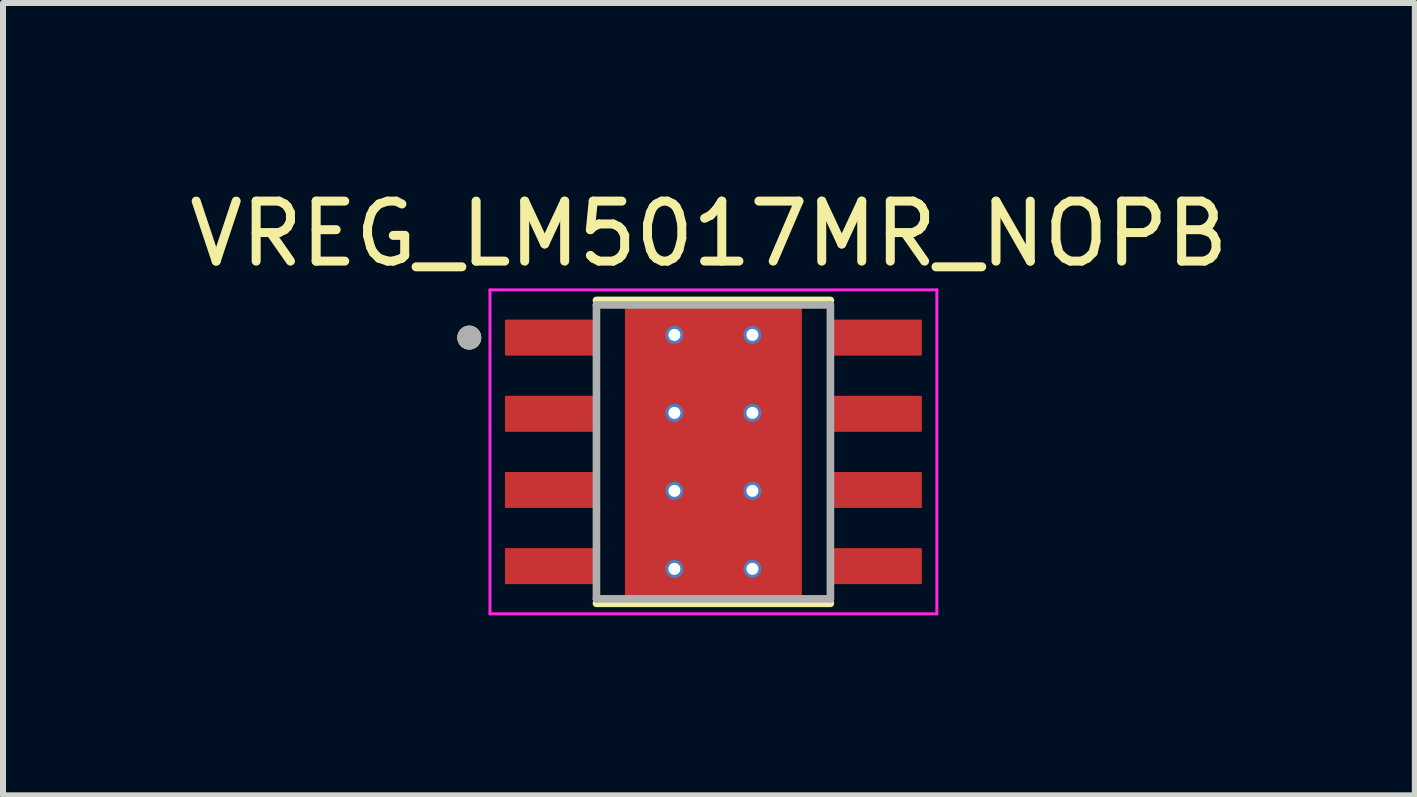
<source format=kicad_pcb>
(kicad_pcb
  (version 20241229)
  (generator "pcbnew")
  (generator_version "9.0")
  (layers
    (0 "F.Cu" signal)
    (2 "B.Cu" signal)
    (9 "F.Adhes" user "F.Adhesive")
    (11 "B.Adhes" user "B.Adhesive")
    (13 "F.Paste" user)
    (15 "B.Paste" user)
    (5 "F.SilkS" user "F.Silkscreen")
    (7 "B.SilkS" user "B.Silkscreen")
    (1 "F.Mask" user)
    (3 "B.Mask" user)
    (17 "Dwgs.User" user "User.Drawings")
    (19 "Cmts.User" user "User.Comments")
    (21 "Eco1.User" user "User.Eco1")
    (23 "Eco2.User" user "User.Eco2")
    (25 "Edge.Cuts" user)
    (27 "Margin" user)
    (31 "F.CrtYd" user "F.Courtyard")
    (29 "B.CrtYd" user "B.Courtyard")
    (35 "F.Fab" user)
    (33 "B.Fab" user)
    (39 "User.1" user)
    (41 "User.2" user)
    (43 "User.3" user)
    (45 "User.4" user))
  (footprint "VREG_LM5017MR_NOPB"
    (layer "F.Cu")
    (at 8.843 4.483)
    (property "Reference" "VREG_LM5017MR_NOPB" (at -0.075 -3.635 0) (layer "F.SilkS") (effects (font (size 1 1) (thickness 0.15))))
    (attr smd)
    (fp_poly (pts (xy -1.355 -1.7) (xy 1.355 -1.7) (xy 1.355 1.7) (xy -1.355 1.7)) (stroke (width 0.01) (type solid)) (fill yes) (layer "F.Mask"))
    (fp_poly (pts (xy -1.905 -1.535) (xy -3.495 -1.535) (xy -3.498 -1.535) (xy -3.5 -1.535) (xy -3.503 -1.536) (xy -3.505 -1.536) (xy -3.508 -1.537) (xy -3.51 -1.537) (xy -3.513 -1.538) (xy -3.515 -1.539) (xy -3.518 -1.54) (xy -3.52 -1.542) (xy -3.522 -1.543) (xy -3.524 -1.545) (xy -3.526 -1.546) (xy -3.528 -1.548) (xy -3.53 -1.55) (xy -3.532 -1.552) (xy -3.534 -1.554) (xy -3.535 -1.556) (xy -3.537 -1.558) (xy -3.538 -1.56) (xy -3.54 -1.562) (xy -3.541 -1.565) (xy -3.542 -1.567) (xy -3.543 -1.57) (xy -3.543 -1.572) (xy -3.544 -1.575) (xy -3.544 -1.577) (xy -3.545 -1.58) (xy -3.545 -1.582) (xy -3.545 -1.585) (xy -3.545 -2.225) (xy -3.545 -2.228) (xy -3.545 -2.23) (xy -3.544 -2.233) (xy -3.544 -2.235) (xy -3.543 -2.238) (xy -3.543 -2.24) (xy -3.542 -2.243) (xy -3.541 -2.245) (xy -3.54 -2.248) (xy -3.538 -2.25) (xy -3.537 -2.252) (xy -3.535 -2.254) (xy -3.534 -2.256) (xy -3.532 -2.258) (xy -3.53 -2.26) (xy -3.528 -2.262) (xy -3.526 -2.264) (xy -3.524 -2.265) (xy -3.522 -2.267) (xy -3.52 -2.268) (xy -3.518 -2.27) (xy -3.515 -2.271) (xy -3.513 -2.272) (xy -3.51 -2.273) (xy -3.508 -2.273) (xy -3.505 -2.274) (xy -3.503 -2.274) (xy -3.5 -2.275) (xy -3.498 -2.275) (xy -3.495 -2.275) (xy -1.905 -2.275) (xy -1.902 -2.275) (xy -1.9 -2.275) (xy -1.897 -2.274) (xy -1.895 -2.274) (xy -1.892 -2.273) (xy -1.89 -2.273) (xy -1.887 -2.272) (xy -1.885 -2.271) (xy -1.882 -2.27) (xy -1.88 -2.268) (xy -1.878 -2.267) (xy -1.876 -2.265) (xy -1.874 -2.264) (xy -1.872 -2.262) (xy -1.87 -2.26) (xy -1.868 -2.258) (xy -1.866 -2.256) (xy -1.865 -2.254) (xy -1.863 -2.252) (xy -1.862 -2.25) (xy -1.86 -2.248) (xy -1.859 -2.245) (xy -1.858 -2.243) (xy -1.857 -2.24) (xy -1.857 -2.238) (xy -1.856 -2.235) (xy -1.856 -2.233) (xy -1.855 -2.23) (xy -1.855 -2.228) (xy -1.855 -2.225) (xy -1.855 -1.585) (xy -1.855 -1.582) (xy -1.855 -1.58) (xy -1.856 -1.577) (xy -1.856 -1.575) (xy -1.857 -1.572) (xy -1.857 -1.57) (xy -1.858 -1.567) (xy -1.859 -1.565) (xy -1.86 -1.562) (xy -1.862 -1.56) (xy -1.863 -1.558) (xy -1.865 -1.556) (xy -1.866 -1.554) (xy -1.868 -1.552) (xy -1.87 -1.55) (xy -1.872 -1.548) (xy -1.874 -1.546) (xy -1.876 -1.545) (xy -1.878 -1.543) (xy -1.88 -1.542) (xy -1.882 -1.54) (xy -1.885 -1.539) (xy -1.887 -1.538) (xy -1.89 -1.537) (xy -1.892 -1.537) (xy -1.895 -1.536) (xy -1.897 -1.536) (xy -1.9 -1.535) (xy -1.902 -1.535) (xy -1.905 -1.535)) (stroke (width 0.01) (type solid)) (fill yes) (layer "F.Mask"))
    (fp_poly (pts (xy -1.905 -0.265) (xy -3.495 -0.265) (xy -3.498 -0.265) (xy -3.5 -0.265) (xy -3.503 -0.266) (xy -3.505 -0.266) (xy -3.508 -0.267) (xy -3.51 -0.267) (xy -3.513 -0.268) (xy -3.515 -0.269) (xy -3.518 -0.27) (xy -3.52 -0.272) (xy -3.522 -0.273) (xy -3.524 -0.275) (xy -3.526 -0.276) (xy -3.528 -0.278) (xy -3.53 -0.28) (xy -3.532 -0.282) (xy -3.534 -0.284) (xy -3.535 -0.286) (xy -3.537 -0.288) (xy -3.538 -0.29) (xy -3.54 -0.292) (xy -3.541 -0.295) (xy -3.542 -0.297) (xy -3.543 -0.3) (xy -3.543 -0.302) (xy -3.544 -0.305) (xy -3.544 -0.307) (xy -3.545 -0.31) (xy -3.545 -0.312) (xy -3.545 -0.315) (xy -3.545 -0.955) (xy -3.545 -0.958) (xy -3.545 -0.96) (xy -3.544 -0.963) (xy -3.544 -0.965) (xy -3.543 -0.968) (xy -3.543 -0.97) (xy -3.542 -0.973) (xy -3.541 -0.975) (xy -3.54 -0.978) (xy -3.538 -0.98) (xy -3.537 -0.982) (xy -3.535 -0.984) (xy -3.534 -0.986) (xy -3.532 -0.988) (xy -3.53 -0.99) (xy -3.528 -0.992) (xy -3.526 -0.994) (xy -3.524 -0.995) (xy -3.522 -0.997) (xy -3.52 -0.998) (xy -3.518 -1) (xy -3.515 -1.001) (xy -3.513 -1.002) (xy -3.51 -1.003) (xy -3.508 -1.003) (xy -3.505 -1.004) (xy -3.503 -1.004) (xy -3.5 -1.005) (xy -3.498 -1.005) (xy -3.495 -1.005) (xy -1.905 -1.005) (xy -1.902 -1.005) (xy -1.9 -1.005) (xy -1.897 -1.004) (xy -1.895 -1.004) (xy -1.892 -1.003) (xy -1.89 -1.003) (xy -1.887 -1.002) (xy -1.885 -1.001) (xy -1.882 -1) (xy -1.88 -0.998) (xy -1.878 -0.997) (xy -1.876 -0.995) (xy -1.874 -0.994) (xy -1.872 -0.992) (xy -1.87 -0.99) (xy -1.868 -0.988) (xy -1.866 -0.986) (xy -1.865 -0.984) (xy -1.863 -0.982) (xy -1.862 -0.98) (xy -1.86 -0.978) (xy -1.859 -0.975) (xy -1.858 -0.973) (xy -1.857 -0.97) (xy -1.857 -0.968) (xy -1.856 -0.965) (xy -1.856 -0.963) (xy -1.855 -0.96) (xy -1.855 -0.958) (xy -1.855 -0.955) (xy -1.855 -0.315) (xy -1.855 -0.312) (xy -1.855 -0.31) (xy -1.856 -0.307) (xy -1.856 -0.305) (xy -1.857 -0.302) (xy -1.857 -0.3) (xy -1.858 -0.297) (xy -1.859 -0.295) (xy -1.86 -0.292) (xy -1.862 -0.29) (xy -1.863 -0.288) (xy -1.865 -0.286) (xy -1.866 -0.284) (xy -1.868 -0.282) (xy -1.87 -0.28) (xy -1.872 -0.278) (xy -1.874 -0.276) (xy -1.876 -0.275) (xy -1.878 -0.273) (xy -1.88 -0.272) (xy -1.882 -0.27) (xy -1.885 -0.269) (xy -1.887 -0.268) (xy -1.89 -0.267) (xy -1.892 -0.267) (xy -1.895 -0.266) (xy -1.897 -0.266) (xy -1.9 -0.265) (xy -1.902 -0.265) (xy -1.905 -0.265)) (stroke (width 0.01) (type solid)) (fill yes) (layer "F.Mask"))
    (fp_poly (pts (xy -1.905 1.005) (xy -3.495 1.005) (xy -3.498 1.005) (xy -3.5 1.005) (xy -3.503 1.004) (xy -3.505 1.004) (xy -3.508 1.003) (xy -3.51 1.003) (xy -3.513 1.002) (xy -3.515 1.001) (xy -3.518 1) (xy -3.52 0.998) (xy -3.522 0.997) (xy -3.524 0.995) (xy -3.526 0.994) (xy -3.528 0.992) (xy -3.53 0.99) (xy -3.532 0.988) (xy -3.534 0.986) (xy -3.535 0.984) (xy -3.537 0.982) (xy -3.538 0.98) (xy -3.54 0.978) (xy -3.541 0.975) (xy -3.542 0.973) (xy -3.543 0.97) (xy -3.543 0.968) (xy -3.544 0.965) (xy -3.544 0.963) (xy -3.545 0.96) (xy -3.545 0.958) (xy -3.545 0.955) (xy -3.545 0.315) (xy -3.545 0.312) (xy -3.545 0.31) (xy -3.544 0.307) (xy -3.544 0.305) (xy -3.543 0.302) (xy -3.543 0.3) (xy -3.542 0.297) (xy -3.541 0.295) (xy -3.54 0.292) (xy -3.538 0.29) (xy -3.537 0.288) (xy -3.535 0.286) (xy -3.534 0.284) (xy -3.532 0.282) (xy -3.53 0.28) (xy -3.528 0.278) (xy -3.526 0.276) (xy -3.524 0.275) (xy -3.522 0.273) (xy -3.52 0.272) (xy -3.518 0.27) (xy -3.515 0.269) (xy -3.513 0.268) (xy -3.51 0.267) (xy -3.508 0.267) (xy -3.505 0.266) (xy -3.503 0.266) (xy -3.5 0.265) (xy -3.498 0.265) (xy -3.495 0.265) (xy -1.905 0.265) (xy -1.902 0.265) (xy -1.9 0.265) (xy -1.897 0.266) (xy -1.895 0.266) (xy -1.892 0.267) (xy -1.89 0.267) (xy -1.887 0.268) (xy -1.885 0.269) (xy -1.882 0.27) (xy -1.88 0.272) (xy -1.878 0.273) (xy -1.876 0.275) (xy -1.874 0.276) (xy -1.872 0.278) (xy -1.87 0.28) (xy -1.868 0.282) (xy -1.866 0.284) (xy -1.865 0.286) (xy -1.863 0.288) (xy -1.862 0.29) (xy -1.86 0.292) (xy -1.859 0.295) (xy -1.858 0.297) (xy -1.857 0.3) (xy -1.857 0.302) (xy -1.856 0.305) (xy -1.856 0.307) (xy -1.855 0.31) (xy -1.855 0.312) (xy -1.855 0.315) (xy -1.855 0.955) (xy -1.855 0.958) (xy -1.855 0.96) (xy -1.856 0.963) (xy -1.856 0.965) (xy -1.857 0.968) (xy -1.857 0.97) (xy -1.858 0.973) (xy -1.859 0.975) (xy -1.86 0.978) (xy -1.862 0.98) (xy -1.863 0.982) (xy -1.865 0.984) (xy -1.866 0.986) (xy -1.868 0.988) (xy -1.87 0.99) (xy -1.872 0.992) (xy -1.874 0.994) (xy -1.876 0.995) (xy -1.878 0.997) (xy -1.88 0.998) (xy -1.882 1) (xy -1.885 1.001) (xy -1.887 1.002) (xy -1.89 1.003) (xy -1.892 1.003) (xy -1.895 1.004) (xy -1.897 1.004) (xy -1.9 1.005) (xy -1.902 1.005) (xy -1.905 1.005)) (stroke (width 0.01) (type solid)) (fill yes) (layer "F.Mask"))
    (fp_poly (pts (xy -1.905 2.275) (xy -3.495 2.275) (xy -3.498 2.275) (xy -3.5 2.275) (xy -3.503 2.274) (xy -3.505 2.274) (xy -3.508 2.273) (xy -3.51 2.273) (xy -3.513 2.272) (xy -3.515 2.271) (xy -3.518 2.27) (xy -3.52 2.268) (xy -3.522 2.267) (xy -3.524 2.265) (xy -3.526 2.264) (xy -3.528 2.262) (xy -3.53 2.26) (xy -3.532 2.258) (xy -3.534 2.256) (xy -3.535 2.254) (xy -3.537 2.252) (xy -3.538 2.25) (xy -3.54 2.248) (xy -3.541 2.245) (xy -3.542 2.243) (xy -3.543 2.24) (xy -3.543 2.238) (xy -3.544 2.235) (xy -3.544 2.233) (xy -3.545 2.23) (xy -3.545 2.228) (xy -3.545 2.225) (xy -3.545 1.585) (xy -3.545 1.582) (xy -3.545 1.58) (xy -3.544 1.577) (xy -3.544 1.575) (xy -3.543 1.572) (xy -3.543 1.57) (xy -3.542 1.567) (xy -3.541 1.565) (xy -3.54 1.562) (xy -3.538 1.56) (xy -3.537 1.558) (xy -3.535 1.556) (xy -3.534 1.554) (xy -3.532 1.552) (xy -3.53 1.55) (xy -3.528 1.548) (xy -3.526 1.546) (xy -3.524 1.545) (xy -3.522 1.543) (xy -3.52 1.542) (xy -3.518 1.54) (xy -3.515 1.539) (xy -3.513 1.538) (xy -3.51 1.537) (xy -3.508 1.537) (xy -3.505 1.536) (xy -3.503 1.536) (xy -3.5 1.535) (xy -3.498 1.535) (xy -3.495 1.535) (xy -1.905 1.535) (xy -1.902 1.535) (xy -1.9 1.535) (xy -1.897 1.536) (xy -1.895 1.536) (xy -1.892 1.537) (xy -1.89 1.537) (xy -1.887 1.538) (xy -1.885 1.539) (xy -1.882 1.54) (xy -1.88 1.542) (xy -1.878 1.543) (xy -1.876 1.545) (xy -1.874 1.546) (xy -1.872 1.548) (xy -1.87 1.55) (xy -1.868 1.552) (xy -1.866 1.554) (xy -1.865 1.556) (xy -1.863 1.558) (xy -1.862 1.56) (xy -1.86 1.562) (xy -1.859 1.565) (xy -1.858 1.567) (xy -1.857 1.57) (xy -1.857 1.572) (xy -1.856 1.575) (xy -1.856 1.577) (xy -1.855 1.58) (xy -1.855 1.582) (xy -1.855 1.585) (xy -1.855 2.225) (xy -1.855 2.228) (xy -1.855 2.23) (xy -1.856 2.233) (xy -1.856 2.235) (xy -1.857 2.238) (xy -1.857 2.24) (xy -1.858 2.243) (xy -1.859 2.245) (xy -1.86 2.248) (xy -1.862 2.25) (xy -1.863 2.252) (xy -1.865 2.254) (xy -1.866 2.256) (xy -1.868 2.258) (xy -1.87 2.26) (xy -1.872 2.262) (xy -1.874 2.264) (xy -1.876 2.265) (xy -1.878 2.267) (xy -1.88 2.268) (xy -1.882 2.27) (xy -1.885 2.271) (xy -1.887 2.272) (xy -1.89 2.273) (xy -1.892 2.273) (xy -1.895 2.274) (xy -1.897 2.274) (xy -1.9 2.275) (xy -1.902 2.275) (xy -1.905 2.275)) (stroke (width 0.01) (type solid)) (fill yes) (layer "F.Mask"))
    (fp_poly (pts (xy 3.495 -1.535) (xy 1.905 -1.535) (xy 1.902 -1.535) (xy 1.9 -1.535) (xy 1.897 -1.536) (xy 1.895 -1.536) (xy 1.892 -1.537) (xy 1.89 -1.537) (xy 1.887 -1.538) (xy 1.885 -1.539) (xy 1.882 -1.54) (xy 1.88 -1.542) (xy 1.878 -1.543) (xy 1.876 -1.545) (xy 1.874 -1.546) (xy 1.872 -1.548) (xy 1.87 -1.55) (xy 1.868 -1.552) (xy 1.866 -1.554) (xy 1.865 -1.556) (xy 1.863 -1.558) (xy 1.862 -1.56) (xy 1.86 -1.562) (xy 1.859 -1.565) (xy 1.858 -1.567) (xy 1.857 -1.57) (xy 1.857 -1.572) (xy 1.856 -1.575) (xy 1.856 -1.577) (xy 1.855 -1.58) (xy 1.855 -1.582) (xy 1.855 -1.585) (xy 1.855 -2.225) (xy 1.855 -2.228) (xy 1.855 -2.23) (xy 1.856 -2.233) (xy 1.856 -2.235) (xy 1.857 -2.238) (xy 1.857 -2.24) (xy 1.858 -2.243) (xy 1.859 -2.245) (xy 1.86 -2.248) (xy 1.862 -2.25) (xy 1.863 -2.252) (xy 1.865 -2.254) (xy 1.866 -2.256) (xy 1.868 -2.258) (xy 1.87 -2.26) (xy 1.872 -2.262) (xy 1.874 -2.264) (xy 1.876 -2.265) (xy 1.878 -2.267) (xy 1.88 -2.268) (xy 1.882 -2.27) (xy 1.885 -2.271) (xy 1.887 -2.272) (xy 1.89 -2.273) (xy 1.892 -2.273) (xy 1.895 -2.274) (xy 1.897 -2.274) (xy 1.9 -2.275) (xy 1.902 -2.275) (xy 1.905 -2.275) (xy 3.495 -2.275) (xy 3.498 -2.275) (xy 3.5 -2.275) (xy 3.503 -2.274) (xy 3.505 -2.274) (xy 3.508 -2.273) (xy 3.51 -2.273) (xy 3.513 -2.272) (xy 3.515 -2.271) (xy 3.518 -2.27) (xy 3.52 -2.268) (xy 3.522 -2.267) (xy 3.524 -2.265) (xy 3.526 -2.264) (xy 3.528 -2.262) (xy 3.53 -2.26) (xy 3.532 -2.258) (xy 3.534 -2.256) (xy 3.535 -2.254) (xy 3.537 -2.252) (xy 3.538 -2.25) (xy 3.54 -2.248) (xy 3.541 -2.245) (xy 3.542 -2.243) (xy 3.543 -2.24) (xy 3.543 -2.238) (xy 3.544 -2.235) (xy 3.544 -2.233) (xy 3.545 -2.23) (xy 3.545 -2.228) (xy 3.545 -2.225) (xy 3.545 -1.585) (xy 3.545 -1.582) (xy 3.545 -1.58) (xy 3.544 -1.577) (xy 3.544 -1.575) (xy 3.543 -1.572) (xy 3.543 -1.57) (xy 3.542 -1.567) (xy 3.541 -1.565) (xy 3.54 -1.562) (xy 3.538 -1.56) (xy 3.537 -1.558) (xy 3.535 -1.556) (xy 3.534 -1.554) (xy 3.532 -1.552) (xy 3.53 -1.55) (xy 3.528 -1.548) (xy 3.526 -1.546) (xy 3.524 -1.545) (xy 3.522 -1.543) (xy 3.52 -1.542) (xy 3.518 -1.54) (xy 3.515 -1.539) (xy 3.513 -1.538) (xy 3.51 -1.537) (xy 3.508 -1.537) (xy 3.505 -1.536) (xy 3.503 -1.536) (xy 3.5 -1.535) (xy 3.498 -1.535) (xy 3.495 -1.535)) (stroke (width 0.01) (type solid)) (fill yes) (layer "F.Mask"))
    (fp_poly (pts (xy 3.495 -0.265) (xy 1.905 -0.265) (xy 1.902 -0.265) (xy 1.9 -0.265) (xy 1.897 -0.266) (xy 1.895 -0.266) (xy 1.892 -0.267) (xy 1.89 -0.267) (xy 1.887 -0.268) (xy 1.885 -0.269) (xy 1.882 -0.27) (xy 1.88 -0.272) (xy 1.878 -0.273) (xy 1.876 -0.275) (xy 1.874 -0.276) (xy 1.872 -0.278) (xy 1.87 -0.28) (xy 1.868 -0.282) (xy 1.866 -0.284) (xy 1.865 -0.286) (xy 1.863 -0.288) (xy 1.862 -0.29) (xy 1.86 -0.292) (xy 1.859 -0.295) (xy 1.858 -0.297) (xy 1.857 -0.3) (xy 1.857 -0.302) (xy 1.856 -0.305) (xy 1.856 -0.307) (xy 1.855 -0.31) (xy 1.855 -0.312) (xy 1.855 -0.315) (xy 1.855 -0.955) (xy 1.855 -0.958) (xy 1.855 -0.96) (xy 1.856 -0.963) (xy 1.856 -0.965) (xy 1.857 -0.968) (xy 1.857 -0.97) (xy 1.858 -0.973) (xy 1.859 -0.975) (xy 1.86 -0.978) (xy 1.862 -0.98) (xy 1.863 -0.982) (xy 1.865 -0.984) (xy 1.866 -0.986) (xy 1.868 -0.988) (xy 1.87 -0.99) (xy 1.872 -0.992) (xy 1.874 -0.994) (xy 1.876 -0.995) (xy 1.878 -0.997) (xy 1.88 -0.998) (xy 1.882 -1) (xy 1.885 -1.001) (xy 1.887 -1.002) (xy 1.89 -1.003) (xy 1.892 -1.003) (xy 1.895 -1.004) (xy 1.897 -1.004) (xy 1.9 -1.005) (xy 1.902 -1.005) (xy 1.905 -1.005) (xy 3.495 -1.005) (xy 3.498 -1.005) (xy 3.5 -1.005) (xy 3.503 -1.004) (xy 3.505 -1.004) (xy 3.508 -1.003) (xy 3.51 -1.003) (xy 3.513 -1.002) (xy 3.515 -1.001) (xy 3.518 -1) (xy 3.52 -0.998) (xy 3.522 -0.997) (xy 3.524 -0.995) (xy 3.526 -0.994) (xy 3.528 -0.992) (xy 3.53 -0.99) (xy 3.532 -0.988) (xy 3.534 -0.986) (xy 3.535 -0.984) (xy 3.537 -0.982) (xy 3.538 -0.98) (xy 3.54 -0.978) (xy 3.541 -0.975) (xy 3.542 -0.973) (xy 3.543 -0.97) (xy 3.543 -0.968) (xy 3.544 -0.965) (xy 3.544 -0.963) (xy 3.545 -0.96) (xy 3.545 -0.958) (xy 3.545 -0.955) (xy 3.545 -0.315) (xy 3.545 -0.312) (xy 3.545 -0.31) (xy 3.544 -0.307) (xy 3.544 -0.305) (xy 3.543 -0.302) (xy 3.543 -0.3) (xy 3.542 -0.297) (xy 3.541 -0.295) (xy 3.54 -0.292) (xy 3.538 -0.29) (xy 3.537 -0.288) (xy 3.535 -0.286) (xy 3.534 -0.284) (xy 3.532 -0.282) (xy 3.53 -0.28) (xy 3.528 -0.278) (xy 3.526 -0.276) (xy 3.524 -0.275) (xy 3.522 -0.273) (xy 3.52 -0.272) (xy 3.518 -0.27) (xy 3.515 -0.269) (xy 3.513 -0.268) (xy 3.51 -0.267) (xy 3.508 -0.267) (xy 3.505 -0.266) (xy 3.503 -0.266) (xy 3.5 -0.265) (xy 3.498 -0.265) (xy 3.495 -0.265)) (stroke (width 0.01) (type solid)) (fill yes) (layer "F.Mask"))
    (fp_poly (pts (xy 3.495 1.005) (xy 1.905 1.005) (xy 1.902 1.005) (xy 1.9 1.005) (xy 1.897 1.004) (xy 1.895 1.004) (xy 1.892 1.003) (xy 1.89 1.003) (xy 1.887 1.002) (xy 1.885 1.001) (xy 1.882 1) (xy 1.88 0.998) (xy 1.878 0.997) (xy 1.876 0.995) (xy 1.874 0.994) (xy 1.872 0.992) (xy 1.87 0.99) (xy 1.868 0.988) (xy 1.866 0.986) (xy 1.865 0.984) (xy 1.863 0.982) (xy 1.862 0.98) (xy 1.86 0.978) (xy 1.859 0.975) (xy 1.858 0.973) (xy 1.857 0.97) (xy 1.857 0.968) (xy 1.856 0.965) (xy 1.856 0.963) (xy 1.855 0.96) (xy 1.855 0.958) (xy 1.855 0.955) (xy 1.855 0.315) (xy 1.855 0.312) (xy 1.855 0.31) (xy 1.856 0.307) (xy 1.856 0.305) (xy 1.857 0.302) (xy 1.857 0.3) (xy 1.858 0.297) (xy 1.859 0.295) (xy 1.86 0.292) (xy 1.862 0.29) (xy 1.863 0.288) (xy 1.865 0.286) (xy 1.866 0.284) (xy 1.868 0.282) (xy 1.87 0.28) (xy 1.872 0.278) (xy 1.874 0.276) (xy 1.876 0.275) (xy 1.878 0.273) (xy 1.88 0.272) (xy 1.882 0.27) (xy 1.885 0.269) (xy 1.887 0.268) (xy 1.89 0.267) (xy 1.892 0.267) (xy 1.895 0.266) (xy 1.897 0.266) (xy 1.9 0.265) (xy 1.902 0.265) (xy 1.905 0.265) (xy 3.495 0.265) (xy 3.498 0.265) (xy 3.5 0.265) (xy 3.503 0.266) (xy 3.505 0.266) (xy 3.508 0.267) (xy 3.51 0.267) (xy 3.513 0.268) (xy 3.515 0.269) (xy 3.518 0.27) (xy 3.52 0.272) (xy 3.522 0.273) (xy 3.524 0.275) (xy 3.526 0.276) (xy 3.528 0.278) (xy 3.53 0.28) (xy 3.532 0.282) (xy 3.534 0.284) (xy 3.535 0.286) (xy 3.537 0.288) (xy 3.538 0.29) (xy 3.54 0.292) (xy 3.541 0.295) (xy 3.542 0.297) (xy 3.543 0.3) (xy 3.543 0.302) (xy 3.544 0.305) (xy 3.544 0.307) (xy 3.545 0.31) (xy 3.545 0.312) (xy 3.545 0.315) (xy 3.545 0.955) (xy 3.545 0.958) (xy 3.545 0.96) (xy 3.544 0.963) (xy 3.544 0.965) (xy 3.543 0.968) (xy 3.543 0.97) (xy 3.542 0.973) (xy 3.541 0.975) (xy 3.54 0.978) (xy 3.538 0.98) (xy 3.537 0.982) (xy 3.535 0.984) (xy 3.534 0.986) (xy 3.532 0.988) (xy 3.53 0.99) (xy 3.528 0.992) (xy 3.526 0.994) (xy 3.524 0.995) (xy 3.522 0.997) (xy 3.52 0.998) (xy 3.518 1) (xy 3.515 1.001) (xy 3.513 1.002) (xy 3.51 1.003) (xy 3.508 1.003) (xy 3.505 1.004) (xy 3.503 1.004) (xy 3.5 1.005) (xy 3.498 1.005) (xy 3.495 1.005)) (stroke (width 0.01) (type solid)) (fill yes) (layer "F.Mask"))
    (fp_poly (pts (xy 3.495 2.275) (xy 1.905 2.275) (xy 1.902 2.275) (xy 1.9 2.275) (xy 1.897 2.274) (xy 1.895 2.274) (xy 1.892 2.273) (xy 1.89 2.273) (xy 1.887 2.272) (xy 1.885 2.271) (xy 1.882 2.27) (xy 1.88 2.268) (xy 1.878 2.267) (xy 1.876 2.265) (xy 1.874 2.264) (xy 1.872 2.262) (xy 1.87 2.26) (xy 1.868 2.258) (xy 1.866 2.256) (xy 1.865 2.254) (xy 1.863 2.252) (xy 1.862 2.25) (xy 1.86 2.248) (xy 1.859 2.245) (xy 1.858 2.243) (xy 1.857 2.24) (xy 1.857 2.238) (xy 1.856 2.235) (xy 1.856 2.233) (xy 1.855 2.23) (xy 1.855 2.228) (xy 1.855 2.225) (xy 1.855 1.585) (xy 1.855 1.582) (xy 1.855 1.58) (xy 1.856 1.577) (xy 1.856 1.575) (xy 1.857 1.572) (xy 1.857 1.57) (xy 1.858 1.567) (xy 1.859 1.565) (xy 1.86 1.562) (xy 1.862 1.56) (xy 1.863 1.558) (xy 1.865 1.556) (xy 1.866 1.554) (xy 1.868 1.552) (xy 1.87 1.55) (xy 1.872 1.548) (xy 1.874 1.546) (xy 1.876 1.545) (xy 1.878 1.543) (xy 1.88 1.542) (xy 1.882 1.54) (xy 1.885 1.539) (xy 1.887 1.538) (xy 1.89 1.537) (xy 1.892 1.537) (xy 1.895 1.536) (xy 1.897 1.536) (xy 1.9 1.535) (xy 1.902 1.535) (xy 1.905 1.535) (xy 3.495 1.535) (xy 3.498 1.535) (xy 3.5 1.535) (xy 3.503 1.536) (xy 3.505 1.536) (xy 3.508 1.537) (xy 3.51 1.537) (xy 3.513 1.538) (xy 3.515 1.539) (xy 3.518 1.54) (xy 3.52 1.542) (xy 3.522 1.543) (xy 3.524 1.545) (xy 3.526 1.546) (xy 3.528 1.548) (xy 3.53 1.55) (xy 3.532 1.552) (xy 3.534 1.554) (xy 3.535 1.556) (xy 3.537 1.558) (xy 3.538 1.56) (xy 3.54 1.562) (xy 3.541 1.565) (xy 3.542 1.567) (xy 3.543 1.57) (xy 3.543 1.572) (xy 3.544 1.575) (xy 3.544 1.577) (xy 3.545 1.58) (xy 3.545 1.582) (xy 3.545 1.585) (xy 3.545 2.225) (xy 3.545 2.228) (xy 3.545 2.23) (xy 3.544 2.233) (xy 3.544 2.235) (xy 3.543 2.238) (xy 3.543 2.24) (xy 3.542 2.243) (xy 3.541 2.245) (xy 3.54 2.248) (xy 3.538 2.25) (xy 3.537 2.252) (xy 3.535 2.254) (xy 3.534 2.256) (xy 3.532 2.258) (xy 3.53 2.26) (xy 3.528 2.262) (xy 3.526 2.264) (xy 3.524 2.265) (xy 3.522 2.267) (xy 3.52 2.268) (xy 3.518 2.27) (xy 3.515 2.271) (xy 3.513 2.272) (xy 3.51 2.273) (xy 3.508 2.273) (xy 3.505 2.274) (xy 3.503 2.274) (xy 3.5 2.275) (xy 3.498 2.275) (xy 3.495 2.275)) (stroke (width 0.01) (type solid)) (fill yes) (layer "F.Mask"))
    (fp_line (start -1.95 -2.525) (end 1.95 -2.525) (stroke (width 0.127) (type solid)) (layer "F.SilkS"))
    (fp_line (start -1.95 2.525) (end 1.95 2.525) (stroke (width 0.127) (type solid)) (layer "F.SilkS"))
    (fp_circle (center -4.07 -1.905) (end -3.97 -1.905) (stroke (width 0.2) (type solid)) (fill no) (layer "F.SilkS"))
    (fp_poly (pts (xy -1.355 -1.7) (xy 1.355 -1.7) (xy 1.355 1.7) (xy -1.355 1.7)) (stroke (width 0.01) (type solid)) (fill yes) (layer "F.Paste"))
    (fp_line (start -3.725 -2.7) (end -3.725 2.7) (stroke (width 0.05) (type solid)) (layer "F.CrtYd"))
    (fp_line (start -3.725 -2.7) (end 3.725 -2.7) (stroke (width 0.05) (type solid)) (layer "F.CrtYd"))
    (fp_line (start -3.725 2.7) (end 3.725 2.7) (stroke (width 0.05) (type solid)) (layer "F.CrtYd"))
    (fp_line (start 3.725 -2.7) (end 3.725 2.7) (stroke (width 0.05) (type solid)) (layer "F.CrtYd"))
    (fp_line (start -1.95 -2.45) (end -1.95 2.45) (stroke (width 0.127) (type solid)) (layer "F.Fab"))
    (fp_line (start -1.95 -2.45) (end 1.95 -2.45) (stroke (width 0.127) (type solid)) (layer "F.Fab"))
    (fp_line (start -1.95 2.45) (end 1.95 2.45) (stroke (width 0.127) (type solid)) (layer "F.Fab"))
    (fp_line (start 1.95 -2.45) (end 1.95 2.45) (stroke (width 0.127) (type solid)) (layer "F.Fab"))
    (fp_circle (center -4.07 -1.905) (end -3.97 -1.905) (stroke (width 0.2) (type solid)) (fill no) (layer "F.Fab"))
    (pad "1" smd roundrect (at -2.7 -1.905) (size 1.55 0.6) (layers "F.Cu" "F.Paste") (roundrect_rratio 0.025))
    (pad "2" smd roundrect (at -2.7 -0.635) (size 1.55 0.6) (layers "F.Cu" "F.Paste") (roundrect_rratio 0.025))
    (pad "3" smd roundrect (at -2.7 0.635) (size 1.55 0.6) (layers "F.Cu" "F.Paste") (roundrect_rratio 0.025))
    (pad "4" smd roundrect (at -2.7 1.905) (size 1.55 0.6) (layers "F.Cu" "F.Paste") (roundrect_rratio 0.025))
    (pad "5" smd roundrect (at 2.7 1.905) (size 1.55 0.6) (layers "F.Cu" "F.Paste") (roundrect_rratio 0.025))
    (pad "6" smd roundrect (at 2.7 0.635) (size 1.55 0.6) (layers "F.Cu" "F.Paste") (roundrect_rratio 0.025))
    (pad "7" smd roundrect (at 2.7 -0.635) (size 1.55 0.6) (layers "F.Cu" "F.Paste") (roundrect_rratio 0.025))
    (pad "8" smd roundrect (at 2.7 -1.905) (size 1.55 0.6) (layers "F.Cu" "F.Paste") (roundrect_rratio 0.025))
    (pad "9" smd rect (at 0 0) (size 2.95 4.9) (layers "F.Cu"))
    (pad "10" thru_hole circle (at -0.65 -1.95) (size 0.3 0.3) (drill 0.2) (layers "*.Cu" "*.Mask"))
    (pad "11" thru_hole circle (at 0.65 -1.95) (size 0.3 0.3) (drill 0.2) (layers "*.Cu" "*.Mask"))
    (pad "12" thru_hole circle (at -0.65 -0.65) (size 0.3 0.3) (drill 0.2) (layers "*.Cu" "*.Mask"))
    (pad "13" thru_hole circle (at 0.65 -0.65) (size 0.3 0.3) (drill 0.2) (layers "*.Cu" "*.Mask"))
    (pad "14" thru_hole circle (at -0.65 0.65) (size 0.3 0.3) (drill 0.2) (layers "*.Cu" "*.Mask"))
    (pad "15" thru_hole circle (at 0.65 0.65) (size 0.3 0.3) (drill 0.2) (layers "*.Cu" "*.Mask"))
    (pad "16" thru_hole circle (at -0.65 1.95) (size 0.3 0.3) (drill 0.2) (layers "*.Cu" "*.Mask"))
    (pad "17" thru_hole circle (at 0.65 1.95) (size 0.3 0.3) (drill 0.2) (layers "*.Cu" "*.Mask")))
  (gr_rect
    (start -3 -3)
    (end 20.536 10.208)
    (stroke (width 0.1) (type default))
    (fill no)
    (layer "Edge.Cuts")))
</source>
